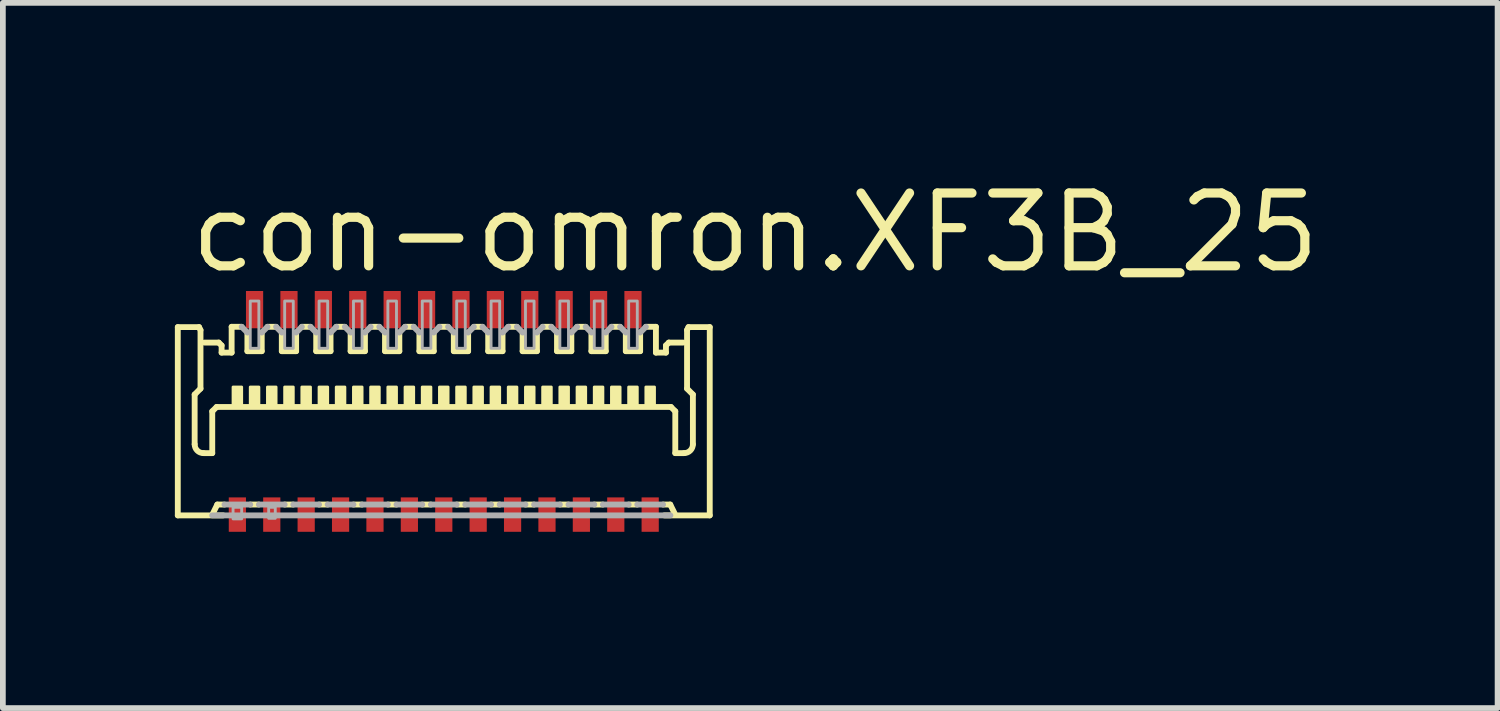
<source format=kicad_pcb>
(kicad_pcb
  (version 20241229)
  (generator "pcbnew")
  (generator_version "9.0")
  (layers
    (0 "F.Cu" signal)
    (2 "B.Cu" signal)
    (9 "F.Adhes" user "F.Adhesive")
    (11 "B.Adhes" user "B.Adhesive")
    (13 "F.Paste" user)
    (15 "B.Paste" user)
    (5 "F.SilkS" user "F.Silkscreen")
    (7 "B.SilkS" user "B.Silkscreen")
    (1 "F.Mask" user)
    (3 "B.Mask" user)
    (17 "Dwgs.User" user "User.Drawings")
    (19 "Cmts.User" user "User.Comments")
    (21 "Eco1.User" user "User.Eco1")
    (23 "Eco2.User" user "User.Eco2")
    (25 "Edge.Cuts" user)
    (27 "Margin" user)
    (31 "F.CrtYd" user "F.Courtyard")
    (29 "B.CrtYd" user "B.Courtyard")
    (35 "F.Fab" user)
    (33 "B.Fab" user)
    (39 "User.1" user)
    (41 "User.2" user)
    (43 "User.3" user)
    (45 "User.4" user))
  (footprint "con-omron.XF3B_25"
    (layer "F.Cu")
    (at 4.69 4.15)
    (property "Reference" "con-omron.XF3B_25" (at -4.5 -2.4 0) (layer "F.SilkS") (effects (font (size 1.27 1.27) (thickness 0.16)) (justify left bottom)))
    (attr smd)
    (fp_rect (start -3.8 2.125) (end -3.4 1.425) (stroke (width 0.05) (type default)) (fill yes) (layer "F.Mask"))
    (fp_rect (start -3.5 -1.425) (end -3.1 -2.175) (stroke (width 0.05) (type default)) (fill yes) (layer "F.Mask"))
    (fp_rect (start -3.2 2.125) (end -2.8 1.425) (stroke (width 0.05) (type default)) (fill yes) (layer "F.Mask"))
    (fp_rect (start -2.9 -1.425) (end -2.5 -2.175) (stroke (width 0.05) (type default)) (fill yes) (layer "F.Mask"))
    (fp_rect (start -2.6 2.125) (end -2.2 1.425) (stroke (width 0.05) (type default)) (fill yes) (layer "F.Mask"))
    (fp_rect (start -2.3 -1.425) (end -1.9 -2.175) (stroke (width 0.05) (type default)) (fill yes) (layer "F.Mask"))
    (fp_rect (start -2 2.125) (end -1.6 1.425) (stroke (width 0.05) (type default)) (fill yes) (layer "F.Mask"))
    (fp_rect (start -1.7 -1.425) (end -1.3 -2.175) (stroke (width 0.05) (type default)) (fill yes) (layer "F.Mask"))
    (fp_rect (start -1.4 2.125) (end -1 1.425) (stroke (width 0.05) (type default)) (fill yes) (layer "F.Mask"))
    (fp_rect (start -1.1 -1.425) (end -0.7 -2.175) (stroke (width 0.05) (type default)) (fill yes) (layer "F.Mask"))
    (fp_rect (start -0.8 2.125) (end -0.4 1.425) (stroke (width 0.05) (type default)) (fill yes) (layer "F.Mask"))
    (fp_rect (start -0.5 -1.425) (end -0.1 -2.175) (stroke (width 0.05) (type default)) (fill yes) (layer "F.Mask"))
    (fp_rect (start -0.2 2.125) (end 0.2 1.425) (stroke (width 0.05) (type default)) (fill yes) (layer "F.Mask"))
    (fp_rect (start 0.1 -1.425) (end 0.5 -2.175) (stroke (width 0.05) (type default)) (fill yes) (layer "F.Mask"))
    (fp_rect (start 0.4 2.125) (end 0.8 1.425) (stroke (width 0.05) (type default)) (fill yes) (layer "F.Mask"))
    (fp_rect (start 0.7 -1.425) (end 1.1 -2.175) (stroke (width 0.05) (type default)) (fill yes) (layer "F.Mask"))
    (fp_rect (start 1 2.125) (end 1.4 1.425) (stroke (width 0.05) (type default)) (fill yes) (layer "F.Mask"))
    (fp_rect (start 1.3 -1.425) (end 1.7 -2.175) (stroke (width 0.05) (type default)) (fill yes) (layer "F.Mask"))
    (fp_rect (start 1.6 2.125) (end 2 1.425) (stroke (width 0.05) (type default)) (fill yes) (layer "F.Mask"))
    (fp_rect (start 1.9 -1.425) (end 2.3 -2.175) (stroke (width 0.05) (type default)) (fill yes) (layer "F.Mask"))
    (fp_rect (start 2.2 2.125) (end 2.6 1.425) (stroke (width 0.05) (type default)) (fill yes) (layer "F.Mask"))
    (fp_rect (start 2.5 -1.425) (end 2.9 -2.175) (stroke (width 0.05) (type default)) (fill yes) (layer "F.Mask"))
    (fp_rect (start 2.8 2.125) (end 3.2 1.425) (stroke (width 0.05) (type default)) (fill yes) (layer "F.Mask"))
    (fp_rect (start 3.1 -1.425) (end 3.5 -2.175) (stroke (width 0.05) (type default)) (fill yes) (layer "F.Mask"))
    (fp_rect (start 3.4 2.125) (end 3.8 1.425) (stroke (width 0.05) (type default)) (fill yes) (layer "F.Mask"))
    (fp_line (start -4.639 -1.495) (end -4.268 -1.495) (stroke (width 0.102) (type default)) (layer "F.SilkS"))
    (fp_line (start -4.639 1.789) (end -4.639 -1.495) (stroke (width 0.102) (type default)) (layer "F.SilkS"))
    (fp_line (start -4.345 -0.319) (end -4.345 0.549) (stroke (width 0.102) (type default)) (layer "F.SilkS"))
    (fp_line (start -4.268 -1.495) (end -4.243 -1.444) (stroke (width 0.102) (type default)) (layer "F.SilkS"))
    (fp_line (start -4.243 -1.444) (end -4.243 -0.422) (stroke (width 0.102) (type default)) (layer "F.SilkS"))
    (fp_line (start -4.243 -0.422) (end -4.345 -0.319) (stroke (width 0.102) (type default)) (layer "F.SilkS"))
    (fp_line (start -4.192 0.703) (end -4.038 0.703) (stroke (width 0.102) (type default)) (layer "F.SilkS"))
    (fp_line (start -4.175 -1.225) (end -3.925 -1.225) (stroke (width 0.102) (type default)) (layer "F.SilkS"))
    (fp_line (start -4.038 -0.026) (end -3.962 -0.102) (stroke (width 0.102) (type default)) (layer "F.SilkS"))
    (fp_line (start -4.038 0.703) (end -4.038 -0.026) (stroke (width 0.102) (type default)) (layer "F.SilkS"))
    (fp_line (start -4.025 1.751) (end -3.95 1.6) (stroke (width 0.102) (type default)) (layer "F.SilkS"))
    (fp_line (start -3.95 1.6) (end -3.825 1.6) (stroke (width 0.102) (type default)) (layer "F.SilkS"))
    (fp_line (start -3.925 -1.225) (end -3.875 -1.175) (stroke (width 0.102) (type default)) (layer "F.SilkS"))
    (fp_line (start -3.875 -1.175) (end -3.875 -1.05) (stroke (width 0.102) (type default)) (layer "F.SilkS"))
    (fp_line (start -3.875 -1.05) (end -3.7 -1.05) (stroke (width 0.102) (type default)) (layer "F.SilkS"))
    (fp_line (start -3.847 1.789) (end -4.639 1.789) (stroke (width 0.102) (type default)) (layer "F.SilkS"))
    (fp_line (start -3.7 -1.5) (end -3.525 -1.5) (stroke (width 0.102) (type default)) (layer "F.SilkS"))
    (fp_line (start -3.7 -1.05) (end -3.7 -1.5) (stroke (width 0.102) (type default)) (layer "F.SilkS"))
    (fp_line (start -3.425 -1.4) (end -3.425 -1.075) (stroke (width 0.102) (type default)) (layer "F.SilkS"))
    (fp_line (start -3.425 -1.075) (end -3.175 -1.075) (stroke (width 0.102) (type default)) (layer "F.SilkS"))
    (fp_line (start -3.375 1.6) (end -3.225 1.6) (stroke (width 0.102) (type default)) (layer "F.SilkS"))
    (fp_line (start -3.175 -1.075) (end -3.175 -1.4) (stroke (width 0.102) (type default)) (layer "F.SilkS"))
    (fp_line (start -3.075 -1.5) (end -2.925 -1.5) (stroke (width 0.102) (type default)) (layer "F.SilkS"))
    (fp_line (start -2.825 -1.4) (end -2.825 -1.075) (stroke (width 0.102) (type default)) (layer "F.SilkS"))
    (fp_line (start -2.825 -1.075) (end -2.575 -1.075) (stroke (width 0.102) (type default)) (layer "F.SilkS"))
    (fp_line (start -2.775 1.6) (end -2.625 1.6) (stroke (width 0.102) (type default)) (layer "F.SilkS"))
    (fp_line (start -2.575 -1.075) (end -2.575 -1.4) (stroke (width 0.102) (type default)) (layer "F.SilkS"))
    (fp_line (start -2.475 -1.5) (end -2.325 -1.5) (stroke (width 0.102) (type default)) (layer "F.SilkS"))
    (fp_line (start -2.225 -1.4) (end -2.225 -1.075) (stroke (width 0.102) (type default)) (layer "F.SilkS"))
    (fp_line (start -2.225 -1.075) (end -1.975 -1.075) (stroke (width 0.102) (type default)) (layer "F.SilkS"))
    (fp_line (start -2.175 1.6) (end -2.025 1.6) (stroke (width 0.102) (type default)) (layer "F.SilkS"))
    (fp_line (start -1.975 -1.075) (end -1.975 -1.4) (stroke (width 0.102) (type default)) (layer "F.SilkS"))
    (fp_line (start -1.875 -1.5) (end -1.725 -1.5) (stroke (width 0.102) (type default)) (layer "F.SilkS"))
    (fp_line (start -1.625 -1.4) (end -1.625 -1.075) (stroke (width 0.102) (type default)) (layer "F.SilkS"))
    (fp_line (start -1.625 -1.075) (end -1.375 -1.075) (stroke (width 0.102) (type default)) (layer "F.SilkS"))
    (fp_line (start -1.575 1.6) (end -1.425 1.6) (stroke (width 0.102) (type default)) (layer "F.SilkS"))
    (fp_line (start -1.375 -1.075) (end -1.375 -1.4) (stroke (width 0.102) (type default)) (layer "F.SilkS"))
    (fp_line (start -1.275 -1.5) (end -1.125 -1.5) (stroke (width 0.102) (type default)) (layer "F.SilkS"))
    (fp_line (start -1.025 -1.4) (end -1.025 -1.075) (stroke (width 0.102) (type default)) (layer "F.SilkS"))
    (fp_line (start -1.025 -1.075) (end -0.775 -1.075) (stroke (width 0.102) (type default)) (layer "F.SilkS"))
    (fp_line (start -0.975 1.6) (end -0.825 1.6) (stroke (width 0.102) (type default)) (layer "F.SilkS"))
    (fp_line (start -0.775 -1.075) (end -0.775 -1.4) (stroke (width 0.102) (type default)) (layer "F.SilkS"))
    (fp_line (start -0.675 -1.5) (end -0.525 -1.5) (stroke (width 0.102) (type default)) (layer "F.SilkS"))
    (fp_line (start -0.425 -1.4) (end -0.425 -1.075) (stroke (width 0.102) (type default)) (layer "F.SilkS"))
    (fp_line (start -0.425 -1.075) (end -0.175 -1.075) (stroke (width 0.102) (type default)) (layer "F.SilkS"))
    (fp_line (start -0.375 1.6) (end -0.225 1.6) (stroke (width 0.102) (type default)) (layer "F.SilkS"))
    (fp_line (start -0.175 -1.075) (end -0.175 -1.4) (stroke (width 0.102) (type default)) (layer "F.SilkS"))
    (fp_line (start -0.075 -1.5) (end 0.075 -1.5) (stroke (width 0.102) (type default)) (layer "F.SilkS"))
    (fp_line (start 0.175 -1.4) (end 0.175 -1.075) (stroke (width 0.102) (type default)) (layer "F.SilkS"))
    (fp_line (start 0.175 -1.075) (end 0.425 -1.075) (stroke (width 0.102) (type default)) (layer "F.SilkS"))
    (fp_line (start 0.225 1.6) (end 0.375 1.6) (stroke (width 0.102) (type default)) (layer "F.SilkS"))
    (fp_line (start 0.425 -1.075) (end 0.425 -1.4) (stroke (width 0.102) (type default)) (layer "F.SilkS"))
    (fp_line (start 0.525 -1.5) (end 0.675 -1.5) (stroke (width 0.102) (type default)) (layer "F.SilkS"))
    (fp_line (start 0.775 -1.4) (end 0.775 -1.075) (stroke (width 0.102) (type default)) (layer "F.SilkS"))
    (fp_line (start 0.775 -1.075) (end 1.025 -1.075) (stroke (width 0.102) (type default)) (layer "F.SilkS"))
    (fp_line (start 0.825 1.6) (end 0.975 1.6) (stroke (width 0.102) (type default)) (layer "F.SilkS"))
    (fp_line (start 1.025 -1.075) (end 1.025 -1.4) (stroke (width 0.102) (type default)) (layer "F.SilkS"))
    (fp_line (start 1.125 -1.5) (end 1.275 -1.5) (stroke (width 0.102) (type default)) (layer "F.SilkS"))
    (fp_line (start 1.375 -1.4) (end 1.375 -1.075) (stroke (width 0.102) (type default)) (layer "F.SilkS"))
    (fp_line (start 1.375 -1.075) (end 1.625 -1.075) (stroke (width 0.102) (type default)) (layer "F.SilkS"))
    (fp_line (start 1.425 1.6) (end 1.575 1.6) (stroke (width 0.102) (type default)) (layer "F.SilkS"))
    (fp_line (start 1.625 -1.075) (end 1.625 -1.4) (stroke (width 0.102) (type default)) (layer "F.SilkS"))
    (fp_line (start 1.725 -1.5) (end 1.875 -1.5) (stroke (width 0.102) (type default)) (layer "F.SilkS"))
    (fp_line (start 1.975 -1.4) (end 1.975 -1.075) (stroke (width 0.102) (type default)) (layer "F.SilkS"))
    (fp_line (start 1.975 -1.075) (end 2.225 -1.075) (stroke (width 0.102) (type default)) (layer "F.SilkS"))
    (fp_line (start 2.025 1.6) (end 2.175 1.6) (stroke (width 0.102) (type default)) (layer "F.SilkS"))
    (fp_line (start 2.225 -1.075) (end 2.225 -1.4) (stroke (width 0.102) (type default)) (layer "F.SilkS"))
    (fp_line (start 2.325 -1.5) (end 2.475 -1.5) (stroke (width 0.102) (type default)) (layer "F.SilkS"))
    (fp_line (start 2.575 -1.4) (end 2.575 -1.075) (stroke (width 0.102) (type default)) (layer "F.SilkS"))
    (fp_line (start 2.575 -1.075) (end 2.825 -1.075) (stroke (width 0.102) (type default)) (layer "F.SilkS"))
    (fp_line (start 2.625 1.6) (end 2.775 1.6) (stroke (width 0.102) (type default)) (layer "F.SilkS"))
    (fp_line (start 2.825 -1.075) (end 2.825 -1.4) (stroke (width 0.102) (type default)) (layer "F.SilkS"))
    (fp_line (start 2.925 -1.5) (end 3.075 -1.5) (stroke (width 0.102) (type default)) (layer "F.SilkS"))
    (fp_line (start 3.175 -1.4) (end 3.175 -1.075) (stroke (width 0.102) (type default)) (layer "F.SilkS"))
    (fp_line (start 3.175 -1.075) (end 3.425 -1.075) (stroke (width 0.102) (type default)) (layer "F.SilkS"))
    (fp_line (start 3.225 1.6) (end 3.375 1.6) (stroke (width 0.102) (type default)) (layer "F.SilkS"))
    (fp_line (start 3.425 -1.075) (end 3.425 -1.4) (stroke (width 0.102) (type default)) (layer "F.SilkS"))
    (fp_line (start 3.525 -1.5) (end 3.7 -1.5) (stroke (width 0.102) (type default)) (layer "F.SilkS"))
    (fp_line (start 3.7 -1.05) (end 3.7 -1.5) (stroke (width 0.102) (type default)) (layer "F.SilkS"))
    (fp_line (start 3.847 1.789) (end 4.639 1.789) (stroke (width 0.102) (type default)) (layer "F.SilkS"))
    (fp_line (start 3.875 -1.175) (end 3.875 -1.05) (stroke (width 0.102) (type default)) (layer "F.SilkS"))
    (fp_line (start 3.875 -1.05) (end 3.7 -1.05) (stroke (width 0.102) (type default)) (layer "F.SilkS"))
    (fp_line (start 3.925 -1.225) (end 3.875 -1.175) (stroke (width 0.102) (type default)) (layer "F.SilkS"))
    (fp_line (start 3.95 1.6) (end 3.825 1.6) (stroke (width 0.102) (type default)) (layer "F.SilkS"))
    (fp_line (start 3.962 -0.102) (end -3.962 -0.102) (stroke (width 0.102) (type default)) (layer "F.SilkS"))
    (fp_line (start 4.025 1.751) (end 3.95 1.6) (stroke (width 0.102) (type default)) (layer "F.SilkS"))
    (fp_line (start 4.038 -0.026) (end 3.962 -0.102) (stroke (width 0.102) (type default)) (layer "F.SilkS"))
    (fp_line (start 4.038 0.703) (end 4.038 -0.026) (stroke (width 0.102) (type default)) (layer "F.SilkS"))
    (fp_line (start 4.175 -1.225) (end 3.925 -1.225) (stroke (width 0.102) (type default)) (layer "F.SilkS"))
    (fp_line (start 4.192 0.703) (end 4.038 0.703) (stroke (width 0.102) (type default)) (layer "F.SilkS"))
    (fp_line (start 4.243 -1.444) (end 4.243 -0.422) (stroke (width 0.102) (type default)) (layer "F.SilkS"))
    (fp_line (start 4.243 -0.422) (end 4.345 -0.319) (stroke (width 0.102) (type default)) (layer "F.SilkS"))
    (fp_line (start 4.268 -1.495) (end 4.243 -1.444) (stroke (width 0.102) (type default)) (layer "F.SilkS"))
    (fp_line (start 4.345 -0.319) (end 4.345 0.549) (stroke (width 0.102) (type default)) (layer "F.SilkS"))
    (fp_line (start 4.639 -1.495) (end 4.268 -1.495) (stroke (width 0.102) (type default)) (layer "F.SilkS"))
    (fp_line (start 4.639 1.789) (end 4.639 -1.495) (stroke (width 0.102) (type default)) (layer "F.SilkS"))
    (fp_rect (start -3.675 -0.125) (end -3.525 -0.45) (stroke (width 0.05) (type default)) (fill yes) (layer "F.SilkS"))
    (fp_rect (start -3.375 -0.125) (end -3.225 -0.45) (stroke (width 0.05) (type default)) (fill yes) (layer "F.SilkS"))
    (fp_rect (start -3.075 -0.125) (end -2.925 -0.45) (stroke (width 0.05) (type default)) (fill yes) (layer "F.SilkS"))
    (fp_rect (start -2.775 -0.125) (end -2.625 -0.45) (stroke (width 0.05) (type default)) (fill yes) (layer "F.SilkS"))
    (fp_rect (start -2.475 -0.125) (end -2.325 -0.45) (stroke (width 0.05) (type default)) (fill yes) (layer "F.SilkS"))
    (fp_rect (start -2.175 -0.125) (end -2.025 -0.45) (stroke (width 0.05) (type default)) (fill yes) (layer "F.SilkS"))
    (fp_rect (start -1.875 -0.125) (end -1.725 -0.45) (stroke (width 0.05) (type default)) (fill yes) (layer "F.SilkS"))
    (fp_rect (start -1.575 -0.125) (end -1.425 -0.45) (stroke (width 0.05) (type default)) (fill yes) (layer "F.SilkS"))
    (fp_rect (start -1.275 -0.125) (end -1.125 -0.45) (stroke (width 0.05) (type default)) (fill yes) (layer "F.SilkS"))
    (fp_rect (start -0.975 -0.125) (end -0.825 -0.45) (stroke (width 0.05) (type default)) (fill yes) (layer "F.SilkS"))
    (fp_rect (start -0.675 -0.125) (end -0.525 -0.45) (stroke (width 0.05) (type default)) (fill yes) (layer "F.SilkS"))
    (fp_rect (start -0.375 -0.125) (end -0.225 -0.45) (stroke (width 0.05) (type default)) (fill yes) (layer "F.SilkS"))
    (fp_rect (start -0.075 -0.125) (end 0.075 -0.45) (stroke (width 0.05) (type default)) (fill yes) (layer "F.SilkS"))
    (fp_rect (start 0.225 -0.125) (end 0.375 -0.45) (stroke (width 0.05) (type default)) (fill yes) (layer "F.SilkS"))
    (fp_rect (start 0.525 -0.125) (end 0.675 -0.45) (stroke (width 0.05) (type default)) (fill yes) (layer "F.SilkS"))
    (fp_rect (start 0.825 -0.125) (end 0.975 -0.45) (stroke (width 0.05) (type default)) (fill yes) (layer "F.SilkS"))
    (fp_rect (start 1.125 -0.125) (end 1.275 -0.45) (stroke (width 0.05) (type default)) (fill yes) (layer "F.SilkS"))
    (fp_rect (start 1.425 -0.125) (end 1.575 -0.45) (stroke (width 0.05) (type default)) (fill yes) (layer "F.SilkS"))
    (fp_rect (start 1.725 -0.125) (end 1.875 -0.45) (stroke (width 0.05) (type default)) (fill yes) (layer "F.SilkS"))
    (fp_rect (start 2.025 -0.125) (end 2.175 -0.45) (stroke (width 0.05) (type default)) (fill yes) (layer "F.SilkS"))
    (fp_rect (start 2.325 -0.125) (end 2.475 -0.45) (stroke (width 0.05) (type default)) (fill yes) (layer "F.SilkS"))
    (fp_rect (start 2.625 -0.125) (end 2.775 -0.45) (stroke (width 0.05) (type default)) (fill yes) (layer "F.SilkS"))
    (fp_rect (start 2.925 -0.125) (end 3.075 -0.45) (stroke (width 0.05) (type default)) (fill yes) (layer "F.SilkS"))
    (fp_rect (start 3.225 -0.125) (end 3.375 -0.45) (stroke (width 0.05) (type default)) (fill yes) (layer "F.SilkS"))
    (fp_rect (start 3.525 -0.125) (end 3.675 -0.45) (stroke (width 0.05) (type default)) (fill yes) (layer "F.SilkS"))
    (fp_arc (start -4.191559 0.702844) (mid -4.299992 0.657929) (end -4.344906 0.549497) (stroke (width 0.1016) (type default)) (layer "F.SilkS"))
    (fp_arc (start 4.344906 0.549497) (mid 4.299992 0.657929) (end 4.191559 0.702844) (stroke (width 0.1016) (type default)) (layer "F.SilkS"))
    (fp_rect (start -3.725 2.05) (end -3.475 1.5) (stroke (width 0.05) (type default)) (fill yes) (layer "F.Paste"))
    (fp_rect (start -3.425 -1.5) (end -3.175 -2.1) (stroke (width 0.05) (type default)) (fill yes) (layer "F.Paste"))
    (fp_rect (start -3.125 2.05) (end -2.875 1.5) (stroke (width 0.05) (type default)) (fill yes) (layer "F.Paste"))
    (fp_rect (start -2.825 -1.5) (end -2.575 -2.1) (stroke (width 0.05) (type default)) (fill yes) (layer "F.Paste"))
    (fp_rect (start -2.525 2.05) (end -2.275 1.5) (stroke (width 0.05) (type default)) (fill yes) (layer "F.Paste"))
    (fp_rect (start -2.225 -1.5) (end -1.975 -2.1) (stroke (width 0.05) (type default)) (fill yes) (layer "F.Paste"))
    (fp_rect (start -1.925 2.05) (end -1.675 1.5) (stroke (width 0.05) (type default)) (fill yes) (layer "F.Paste"))
    (fp_rect (start -1.625 -1.5) (end -1.375 -2.1) (stroke (width 0.05) (type default)) (fill yes) (layer "F.Paste"))
    (fp_rect (start -1.325 2.05) (end -1.075 1.5) (stroke (width 0.05) (type default)) (fill yes) (layer "F.Paste"))
    (fp_rect (start -1.025 -1.5) (end -0.775 -2.1) (stroke (width 0.05) (type default)) (fill yes) (layer "F.Paste"))
    (fp_rect (start -0.725 2.05) (end -0.475 1.5) (stroke (width 0.05) (type default)) (fill yes) (layer "F.Paste"))
    (fp_rect (start -0.425 -1.5) (end -0.175 -2.1) (stroke (width 0.05) (type default)) (fill yes) (layer "F.Paste"))
    (fp_rect (start -0.125 2.05) (end 0.125 1.5) (stroke (width 0.05) (type default)) (fill yes) (layer "F.Paste"))
    (fp_rect (start 0.175 -1.5) (end 0.425 -2.1) (stroke (width 0.05) (type default)) (fill yes) (layer "F.Paste"))
    (fp_rect (start 0.475 2.05) (end 0.725 1.5) (stroke (width 0.05) (type default)) (fill yes) (layer "F.Paste"))
    (fp_rect (start 0.775 -1.5) (end 1.025 -2.1) (stroke (width 0.05) (type default)) (fill yes) (layer "F.Paste"))
    (fp_rect (start 1.075 2.05) (end 1.325 1.5) (stroke (width 0.05) (type default)) (fill yes) (layer "F.Paste"))
    (fp_rect (start 1.375 -1.5) (end 1.625 -2.1) (stroke (width 0.05) (type default)) (fill yes) (layer "F.Paste"))
    (fp_rect (start 1.675 2.05) (end 1.925 1.5) (stroke (width 0.05) (type default)) (fill yes) (layer "F.Paste"))
    (fp_rect (start 1.975 -1.5) (end 2.225 -2.1) (stroke (width 0.05) (type default)) (fill yes) (layer "F.Paste"))
    (fp_rect (start 2.275 2.05) (end 2.525 1.5) (stroke (width 0.05) (type default)) (fill yes) (layer "F.Paste"))
    (fp_rect (start 2.575 -1.5) (end 2.825 -2.1) (stroke (width 0.05) (type default)) (fill yes) (layer "F.Paste"))
    (fp_rect (start 2.875 2.05) (end 3.125 1.5) (stroke (width 0.05) (type default)) (fill yes) (layer "F.Paste"))
    (fp_rect (start 3.175 -1.5) (end 3.425 -2.1) (stroke (width 0.05) (type default)) (fill yes) (layer "F.Paste"))
    (fp_rect (start 3.475 2.05) (end 3.725 1.5) (stroke (width 0.05) (type default)) (fill yes) (layer "F.Paste"))
    (fp_line (start -3.825 1.6) (end -3.375 1.6) (stroke (width 0.102) (type default)) (layer "F.Fab"))
    (fp_line (start -3.525 -1.5) (end -3.425 -1.4) (stroke (width 0.102) (type default)) (layer "F.Fab"))
    (fp_line (start -3.225 1.6) (end -2.775 1.6) (stroke (width 0.102) (type default)) (layer "F.Fab"))
    (fp_line (start -3.175 -1.4) (end -3.075 -1.5) (stroke (width 0.102) (type default)) (layer "F.Fab"))
    (fp_line (start -2.925 -1.5) (end -2.825 -1.4) (stroke (width 0.102) (type default)) (layer "F.Fab"))
    (fp_line (start -2.625 1.6) (end -2.175 1.6) (stroke (width 0.102) (type default)) (layer "F.Fab"))
    (fp_line (start -2.575 -1.4) (end -2.475 -1.5) (stroke (width 0.102) (type default)) (layer "F.Fab"))
    (fp_line (start -2.325 -1.5) (end -2.225 -1.4) (stroke (width 0.102) (type default)) (layer "F.Fab"))
    (fp_line (start -2.025 1.6) (end -1.575 1.6) (stroke (width 0.102) (type default)) (layer "F.Fab"))
    (fp_line (start -1.975 -1.4) (end -1.875 -1.5) (stroke (width 0.102) (type default)) (layer "F.Fab"))
    (fp_line (start -1.725 -1.5) (end -1.625 -1.4) (stroke (width 0.102) (type default)) (layer "F.Fab"))
    (fp_line (start -1.425 1.6) (end -0.975 1.6) (stroke (width 0.102) (type default)) (layer "F.Fab"))
    (fp_line (start -1.375 -1.4) (end -1.275 -1.5) (stroke (width 0.102) (type default)) (layer "F.Fab"))
    (fp_line (start -1.125 -1.5) (end -1.025 -1.4) (stroke (width 0.102) (type default)) (layer "F.Fab"))
    (fp_line (start -0.825 1.6) (end -0.375 1.6) (stroke (width 0.102) (type default)) (layer "F.Fab"))
    (fp_line (start -0.775 -1.4) (end -0.675 -1.5) (stroke (width 0.102) (type default)) (layer "F.Fab"))
    (fp_line (start -0.525 -1.5) (end -0.425 -1.4) (stroke (width 0.102) (type default)) (layer "F.Fab"))
    (fp_line (start -0.225 1.6) (end 0.225 1.6) (stroke (width 0.102) (type default)) (layer "F.Fab"))
    (fp_line (start -0.175 -1.4) (end -0.075 -1.5) (stroke (width 0.102) (type default)) (layer "F.Fab"))
    (fp_line (start 0.075 -1.5) (end 0.175 -1.4) (stroke (width 0.102) (type default)) (layer "F.Fab"))
    (fp_line (start 0.375 1.6) (end 0.825 1.6) (stroke (width 0.102) (type default)) (layer "F.Fab"))
    (fp_line (start 0.425 -1.4) (end 0.525 -1.5) (stroke (width 0.102) (type default)) (layer "F.Fab"))
    (fp_line (start 0.675 -1.5) (end 0.775 -1.4) (stroke (width 0.102) (type default)) (layer "F.Fab"))
    (fp_line (start 0.975 1.6) (end 1.425 1.6) (stroke (width 0.102) (type default)) (layer "F.Fab"))
    (fp_line (start 1.025 -1.4) (end 1.125 -1.5) (stroke (width 0.102) (type default)) (layer "F.Fab"))
    (fp_line (start 1.275 -1.5) (end 1.375 -1.4) (stroke (width 0.102) (type default)) (layer "F.Fab"))
    (fp_line (start 1.575 1.6) (end 2.025 1.6) (stroke (width 0.102) (type default)) (layer "F.Fab"))
    (fp_line (start 1.625 -1.4) (end 1.725 -1.5) (stroke (width 0.102) (type default)) (layer "F.Fab"))
    (fp_line (start 1.875 -1.5) (end 1.975 -1.4) (stroke (width 0.102) (type default)) (layer "F.Fab"))
    (fp_line (start 2.175 1.6) (end 2.625 1.6) (stroke (width 0.102) (type default)) (layer "F.Fab"))
    (fp_line (start 2.225 -1.4) (end 2.325 -1.5) (stroke (width 0.102) (type default)) (layer "F.Fab"))
    (fp_line (start 2.475 -1.5) (end 2.575 -1.4) (stroke (width 0.102) (type default)) (layer "F.Fab"))
    (fp_line (start 2.775 1.6) (end 3.225 1.6) (stroke (width 0.102) (type default)) (layer "F.Fab"))
    (fp_line (start 2.825 -1.4) (end 2.925 -1.5) (stroke (width 0.102) (type default)) (layer "F.Fab"))
    (fp_line (start 3.075 -1.5) (end 3.175 -1.4) (stroke (width 0.102) (type default)) (layer "F.Fab"))
    (fp_line (start 3.375 1.6) (end 3.825 1.6) (stroke (width 0.102) (type default)) (layer "F.Fab"))
    (fp_line (start 3.425 -1.4) (end 3.525 -1.5) (stroke (width 0.102) (type default)) (layer "F.Fab"))
    (fp_line (start 3.953 1.789) (end -4.039 1.789) (stroke (width 0.102) (type default)) (layer "F.Fab"))
    (fp_rect (start -3.675 1.85) (end -3.525 1.648) (stroke (width 0.05) (type default)) (fill no) (layer "F.Fab"))
    (fp_rect (start -3.375 -1.125) (end -3.225 -1.95) (stroke (width 0.05) (type default)) (fill no) (layer "F.Fab"))
    (fp_rect (start -3.054 1.84) (end -2.939 1.648) (stroke (width 0.05) (type default)) (fill no) (layer "F.Fab"))
    (fp_rect (start -2.775 -1.125) (end -2.625 -1.95) (stroke (width 0.05) (type default)) (fill no) (layer "F.Fab"))
    (fp_rect (start -2.175 -1.125) (end -2.025 -1.95) (stroke (width 0.05) (type default)) (fill no) (layer "F.Fab"))
    (fp_rect (start -1.575 -1.125) (end -1.425 -1.95) (stroke (width 0.05) (type default)) (fill no) (layer "F.Fab"))
    (fp_rect (start -0.975 -1.125) (end -0.825 -1.95) (stroke (width 0.05) (type default)) (fill no) (layer "F.Fab"))
    (fp_rect (start -0.375 -1.125) (end -0.225 -1.95) (stroke (width 0.05) (type default)) (fill no) (layer "F.Fab"))
    (fp_rect (start 0.225 -1.125) (end 0.375 -1.95) (stroke (width 0.05) (type default)) (fill no) (layer "F.Fab"))
    (fp_rect (start 0.825 -1.125) (end 0.975 -1.95) (stroke (width 0.05) (type default)) (fill no) (layer "F.Fab"))
    (fp_rect (start 1.425 -1.125) (end 1.575 -1.95) (stroke (width 0.05) (type default)) (fill no) (layer "F.Fab"))
    (fp_rect (start 2.025 -1.125) (end 2.175 -1.95) (stroke (width 0.05) (type default)) (fill no) (layer "F.Fab"))
    (fp_rect (start 2.625 -1.125) (end 2.775 -1.95) (stroke (width 0.05) (type default)) (fill no) (layer "F.Fab"))
    (fp_rect (start 3.225 -1.125) (end 3.375 -1.95) (stroke (width 0.05) (type default)) (fill no) (layer "F.Fab"))
    (pad "1" smd roundrect (at -3.6 1.775) (size 0.3 0.6) (layers "F.Cu" "F.Mask" "F.Paste") (roundrect_rratio 0.01))
    (pad "2" smd roundrect (at -3.3 -1.8) (size 0.3 0.65) (layers "F.Cu" "F.Mask" "F.Paste") (roundrect_rratio 0.01))
    (pad "3" smd roundrect (at -3 1.775) (size 0.3 0.6) (layers "F.Cu" "F.Mask" "F.Paste") (roundrect_rratio 0.01))
    (pad "4" smd roundrect (at -2.7 -1.8) (size 0.3 0.65) (layers "F.Cu" "F.Mask" "F.Paste") (roundrect_rratio 0.01))
    (pad "5" smd roundrect (at -2.4 1.775) (size 0.3 0.6) (layers "F.Cu" "F.Mask" "F.Paste") (roundrect_rratio 0.01))
    (pad "6" smd roundrect (at -2.1 -1.8) (size 0.3 0.65) (layers "F.Cu" "F.Mask" "F.Paste") (roundrect_rratio 0.01))
    (pad "7" smd roundrect (at -1.8 1.775) (size 0.3 0.6) (layers "F.Cu" "F.Mask" "F.Paste") (roundrect_rratio 0.01))
    (pad "8" smd roundrect (at -1.5 -1.8) (size 0.3 0.65) (layers "F.Cu" "F.Mask" "F.Paste") (roundrect_rratio 0.01))
    (pad "9" smd roundrect (at -1.2 1.775) (size 0.3 0.6) (layers "F.Cu" "F.Mask" "F.Paste") (roundrect_rratio 0.01))
    (pad "10" smd roundrect (at -0.9 -1.8) (size 0.3 0.65) (layers "F.Cu" "F.Mask" "F.Paste") (roundrect_rratio 0.01))
    (pad "11" smd roundrect (at -0.6 1.775) (size 0.3 0.6) (layers "F.Cu" "F.Mask" "F.Paste") (roundrect_rratio 0.01))
    (pad "12" smd roundrect (at -0.3 -1.8) (size 0.3 0.65) (layers "F.Cu" "F.Mask" "F.Paste") (roundrect_rratio 0.01))
    (pad "13" smd roundrect (at 0 1.775) (size 0.3 0.6) (layers "F.Cu" "F.Mask" "F.Paste") (roundrect_rratio 0.01))
    (pad "14" smd roundrect (at 0.3 -1.8) (size 0.3 0.65) (layers "F.Cu" "F.Mask" "F.Paste") (roundrect_rratio 0.01))
    (pad "15" smd roundrect (at 0.6 1.775) (size 0.3 0.6) (layers "F.Cu" "F.Mask" "F.Paste") (roundrect_rratio 0.01))
    (pad "16" smd roundrect (at 0.9 -1.8) (size 0.3 0.65) (layers "F.Cu" "F.Mask" "F.Paste") (roundrect_rratio 0.01))
    (pad "17" smd roundrect (at 1.2 1.775) (size 0.3 0.6) (layers "F.Cu" "F.Mask" "F.Paste") (roundrect_rratio 0.01))
    (pad "18" smd roundrect (at 1.5 -1.8) (size 0.3 0.65) (layers "F.Cu" "F.Mask" "F.Paste") (roundrect_rratio 0.01))
    (pad "19" smd roundrect (at 1.8 1.775) (size 0.3 0.6) (layers "F.Cu" "F.Mask" "F.Paste") (roundrect_rratio 0.01))
    (pad "20" smd roundrect (at 2.1 -1.8) (size 0.3 0.65) (layers "F.Cu" "F.Mask" "F.Paste") (roundrect_rratio 0.01))
    (pad "21" smd roundrect (at 2.4 1.775) (size 0.3 0.6) (layers "F.Cu" "F.Mask" "F.Paste") (roundrect_rratio 0.01))
    (pad "22" smd roundrect (at 2.7 -1.8) (size 0.3 0.65) (layers "F.Cu" "F.Mask" "F.Paste") (roundrect_rratio 0.01))
    (pad "23" smd roundrect (at 3 1.775) (size 0.3 0.6) (layers "F.Cu" "F.Mask" "F.Paste") (roundrect_rratio 0.01))
    (pad "24" smd roundrect (at 3.3 -1.8) (size 0.3 0.65) (layers "F.Cu" "F.Mask" "F.Paste") (roundrect_rratio 0.01))
    (pad "25" smd roundrect (at 3.6 1.775) (size 0.3 0.6) (layers "F.Cu" "F.Mask" "F.Paste") (roundrect_rratio 0.01)))
  (gr_rect
    (start -3 -3)
    (end 23.07 9.3)
    (stroke (width 0.1) (type default))
    (fill no)
    (layer "Edge.Cuts")))
</source>
